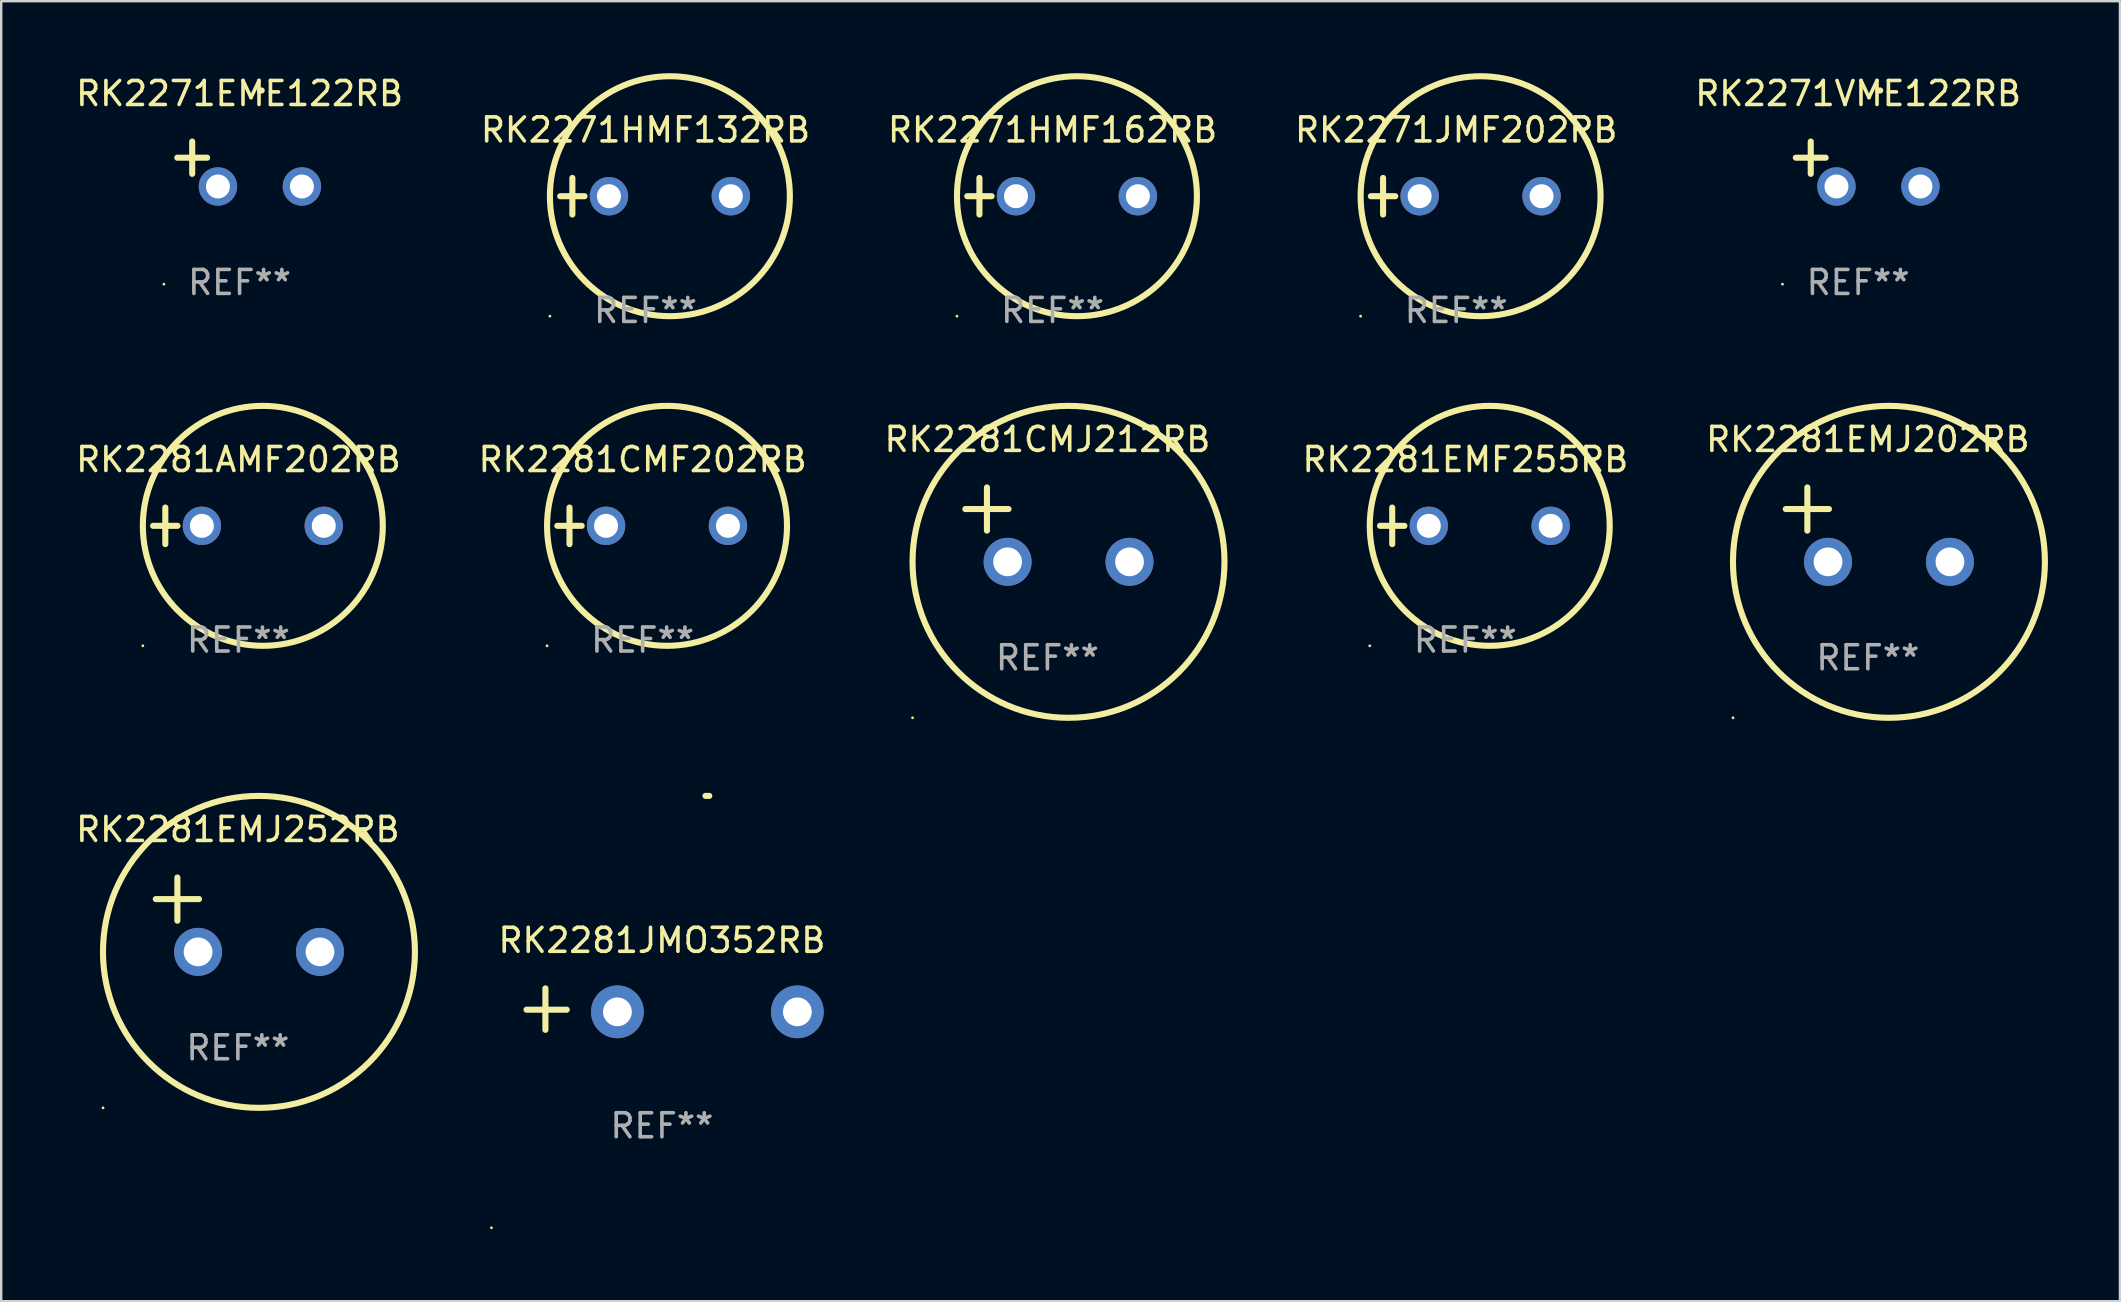
<source format=kicad_pcb>
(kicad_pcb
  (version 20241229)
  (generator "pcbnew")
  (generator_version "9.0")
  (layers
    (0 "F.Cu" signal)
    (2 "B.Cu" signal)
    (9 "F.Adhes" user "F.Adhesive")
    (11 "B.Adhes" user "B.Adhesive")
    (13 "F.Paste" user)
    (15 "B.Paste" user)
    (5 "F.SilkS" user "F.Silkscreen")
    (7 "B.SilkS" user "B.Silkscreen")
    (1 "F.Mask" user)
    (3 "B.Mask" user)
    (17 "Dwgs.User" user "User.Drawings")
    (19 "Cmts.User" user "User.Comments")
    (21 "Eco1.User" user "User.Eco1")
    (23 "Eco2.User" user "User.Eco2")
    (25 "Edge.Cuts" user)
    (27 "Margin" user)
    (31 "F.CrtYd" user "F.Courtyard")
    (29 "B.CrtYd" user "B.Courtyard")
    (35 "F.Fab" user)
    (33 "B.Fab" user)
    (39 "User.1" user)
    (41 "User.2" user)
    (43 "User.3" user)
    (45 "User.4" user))
  (footprint "RK2271HMF132RB"
    (layer "F.Cu")
    (at 23.851 5.127)
    (property "Reference" "RK2271HMF132RB" (at 0 -2.762 0) (layer "F.SilkS") (effects (font (size 1 1) (thickness 0.15))))
    (attr through_hole)
    (fp_line (start -3.556 0) (end -2.54 0) (stroke (width 0.254) (type solid)) (layer "F.SilkS"))
    (fp_line (start -3.048 -0.762) (end -3.048 0.762) (stroke (width 0.254) (type solid)) (layer "F.SilkS"))
    (fp_circle (center -3.984 5) (end -3.954 5) (stroke (width 0.06) (type solid)) (fill no) (layer "F.SilkS"))
    (fp_circle (center 1.016 0) (end 6.016 0) (stroke (width 0.254) (type solid)) (fill no) (layer "F.SilkS"))
    (fp_text user "REF**" (at 0 4.762 0) (layer "F.Fab") (effects (font (size 1 1) (thickness 0.15))))
    (pad "1" thru_hole circle (at -1.524 0) (size 1.6 1.6) (drill 1) (layers "*.Cu" "*.Mask"))
    (pad "2" thru_hole circle (at 3.556 0) (size 1.6 1.6) (drill 1) (layers "*.Cu" "*.Mask")))
  (footprint "RK2281CMJ212RB"
    (layer "F.Cu")
    (at 40.601 18.814)
    (property "Reference" "RK2281CMJ212RB" (at 0 -3.55 0) (layer "F.SilkS") (effects (font (size 1 1) (thickness 0.15))))
    (attr through_hole)
    (fp_line (start -3.421 -0.65) (end -1.621 -0.65) (stroke (width 0.254) (type solid)) (layer "F.SilkS"))
    (fp_line (start -2.521 -1.55) (end -2.521 0.25) (stroke (width 0.254) (type solid)) (layer "F.SilkS"))
    (fp_circle (center -5.619 8.05) (end -5.589 8.05) (stroke (width 0.06) (type solid)) (fill no) (layer "F.SilkS"))
    (fp_circle (center 0.879 1.55) (end 7.379 1.55) (stroke (width 0.254) (type solid)) (fill no) (layer "F.SilkS"))
    (fp_text user "REF**" (at 0 5.55 0) (layer "F.Fab") (effects (font (size 1 1) (thickness 0.15))))
    (pad "1" thru_hole circle (at -1.659 1.55) (size 2 2) (drill 1.2) (layers "*.Cu" "*.Mask"))
    (pad "2" thru_hole circle (at 3.421 1.55) (size 2 2) (drill 1.2) (layers "*.Cu" "*.Mask")))
  (footprint "RK2281EMJ252RB"
    (layer "F.Cu")
    (at 6.863 35.069)
    (property "Reference" "RK2281EMJ252RB" (at 0 -3.55 0) (layer "F.SilkS") (effects (font (size 1 1) (thickness 0.15))))
    (attr through_hole)
    (fp_line (start -3.421 -0.65) (end -1.621 -0.65) (stroke (width 0.254) (type solid)) (layer "F.SilkS"))
    (fp_line (start -2.521 -1.55) (end -2.521 0.25) (stroke (width 0.254) (type solid)) (layer "F.SilkS"))
    (fp_circle (center -5.619 8.05) (end -5.589 8.05) (stroke (width 0.06) (type solid)) (fill no) (layer "F.SilkS"))
    (fp_circle (center 0.879 1.55) (end 7.379 1.55) (stroke (width 0.254) (type solid)) (fill no) (layer "F.SilkS"))
    (fp_text user "REF**" (at 0 5.55 0) (layer "F.Fab") (effects (font (size 1 1) (thickness 0.15))))
    (pad "1" thru_hole circle (at -1.659 1.55) (size 2 2) (drill 1.2) (layers "*.Cu" "*.Mask"))
    (pad "2" thru_hole circle (at 3.421 1.55) (size 2 2) (drill 1.2) (layers "*.Cu" "*.Mask")))
  (footprint "RK2281JMO352RB"
    (layer "F.Cu")
    (at 24.536 39.004)
    (property "Reference" "RK2281JMO352RB" (at 0 -2.864 0) (layer "F.SilkS") (effects (font (size 1 1) (thickness 0.15))))
    (attr through_hole)
    (fp_line (start -4.856 0.864) (end -4.856 -0.864) (stroke (width 0.254) (type solid)) (layer "F.SilkS"))
    (fp_line (start -3.967 0.025) (end -5.644 0.025) (stroke (width 0.254) (type solid)) (layer "F.SilkS"))
    (fp_arc (start 1.815024 -8.885649) (mid 1.893764 -8.88599) (end 1.972504 -8.885649) (stroke (width 0.254001) (type solid)) (layer "F.SilkS"))
    (fp_circle (center -7.106 9.114) (end -7.076 9.114) (stroke (width 0.06) (type solid)) (fill no) (layer "F.SilkS"))
    (fp_text user "REF**" (at 0 4.864 0) (layer "F.Fab") (effects (font (size 1 1) (thickness 0.15))))
    (pad "1" thru_hole circle (at -1.856 0.114) (size 2.2 2.2) (drill 1.2) (layers "*.Cu" "*.Mask"))
    (pad "2" thru_hole circle (at 5.644 0.114) (size 2.2 2.2) (drill 1.2) (layers "*.Cu" "*.Mask")))
  (footprint "RK2271JMF202RB"
    (layer "F.Cu")
    (at 57.637 5.127)
    (property "Reference" "RK2271JMF202RB" (at 0 -2.762 0) (layer "F.SilkS") (effects (font (size 1 1) (thickness 0.15))))
    (attr through_hole)
    (fp_line (start -3.556 0) (end -2.54 0) (stroke (width 0.254) (type solid)) (layer "F.SilkS"))
    (fp_line (start -3.048 -0.762) (end -3.048 0.762) (stroke (width 0.254) (type solid)) (layer "F.SilkS"))
    (fp_circle (center -3.984 5) (end -3.954 5) (stroke (width 0.06) (type solid)) (fill no) (layer "F.SilkS"))
    (fp_circle (center 1.016 0) (end 6.016 0) (stroke (width 0.254) (type solid)) (fill no) (layer "F.SilkS"))
    (fp_text user "REF**" (at 0 4.762 0) (layer "F.Fab") (effects (font (size 1 1) (thickness 0.15))))
    (pad "1" thru_hole circle (at -1.524 0) (size 1.6 1.6) (drill 1) (layers "*.Cu" "*.Mask"))
    (pad "2" thru_hole circle (at 3.556 0) (size 1.6 1.6) (drill 1) (layers "*.Cu" "*.Mask")))
  (footprint "RK2271HMF162RB"
    (layer "F.Cu")
    (at 40.815 5.127)
    (property "Reference" "RK2271HMF162RB" (at 0 -2.762 0) (layer "F.SilkS") (effects (font (size 1 1) (thickness 0.15))))
    (attr through_hole)
    (fp_line (start -3.556 0) (end -2.54 0) (stroke (width 0.254) (type solid)) (layer "F.SilkS"))
    (fp_line (start -3.048 -0.762) (end -3.048 0.762) (stroke (width 0.254) (type solid)) (layer "F.SilkS"))
    (fp_circle (center -3.984 5) (end -3.954 5) (stroke (width 0.06) (type solid)) (fill no) (layer "F.SilkS"))
    (fp_circle (center 1.016 0) (end 6.016 0) (stroke (width 0.254) (type solid)) (fill no) (layer "F.SilkS"))
    (fp_text user "REF**" (at 0 4.762 0) (layer "F.Fab") (effects (font (size 1 1) (thickness 0.15))))
    (pad "1" thru_hole circle (at -1.524 0) (size 1.6 1.6) (drill 1) (layers "*.Cu" "*.Mask"))
    (pad "2" thru_hole circle (at 3.556 0) (size 1.6 1.6) (drill 1) (layers "*.Cu" "*.Mask")))
  (footprint "RK2281EMF255RB"
    (layer "F.Cu")
    (at 58.018 18.864)
    (property "Reference" "RK2281EMF255RB" (at 0 -2.762 0) (layer "F.SilkS") (effects (font (size 1 1) (thickness 0.15))))
    (attr through_hole)
    (fp_line (start -3.556 0) (end -2.54 0) (stroke (width 0.254) (type solid)) (layer "F.SilkS"))
    (fp_line (start -3.048 -0.762) (end -3.048 0.762) (stroke (width 0.254) (type solid)) (layer "F.SilkS"))
    (fp_circle (center -3.984 5) (end -3.954 5) (stroke (width 0.06) (type solid)) (fill no) (layer "F.SilkS"))
    (fp_circle (center 1.016 0) (end 6.016 0) (stroke (width 0.254) (type solid)) (fill no) (layer "F.SilkS"))
    (fp_text user "REF**" (at 0 4.762 0) (layer "F.Fab") (effects (font (size 1 1) (thickness 0.15))))
    (pad "1" thru_hole circle (at -1.524 0) (size 1.6 1.6) (drill 1) (layers "*.Cu" "*.Mask"))
    (pad "2" thru_hole circle (at 3.556 0) (size 1.6 1.6) (drill 1) (layers "*.Cu" "*.Mask")))
  (footprint "RK2271EME122RB"
    (layer "F.Cu")
    (at 6.935 3.785)
    (property "Reference" "RK2271EME122RB" (at 0 -2.937 0) (layer "F.SilkS") (effects (font (size 1 1) (thickness 0.15))))
    (attr through_hole)
    (fp_line (start -1.975 0.41) (end -1.975 -0.937) (stroke (width 0.254) (type solid)) (layer "F.SilkS"))
    (fp_line (start -1.353 -0.263) (end -2.597 -0.263) (stroke (width 0.254) (type solid)) (layer "F.SilkS"))
    (fp_arc (start 0.849809 -3.063957) (mid 0.885369 -3.064114) (end 0.920929 -3.063957) (stroke (width 0.254001) (type solid)) (layer "F.SilkS"))
    (fp_circle (center -3.154 5.008) (end -3.124 5.008) (stroke (width 0.06) (type solid)) (fill no) (layer "F.SilkS"))
    (fp_text user "REF**" (at 0 4.937 0) (layer "F.Fab") (effects (font (size 1 1) (thickness 0.15))))
    (pad "1" thru_hole circle (at -0.903 0.937) (size 1.6 1.6) (drill 1) (layers "*.Cu" "*.Mask"))
    (pad "2" thru_hole circle (at 2.597 0.937) (size 1.6 1.6) (drill 1) (layers "*.Cu" "*.Mask")))
  (footprint "RK2281CMF202RB"
    (layer "F.Cu")
    (at 23.732 18.864)
    (property "Reference" "RK2281CMF202RB" (at 0 -2.762 0) (layer "F.SilkS") (effects (font (size 1 1) (thickness 0.15))))
    (attr through_hole)
    (fp_line (start -3.556 0) (end -2.54 0) (stroke (width 0.254) (type solid)) (layer "F.SilkS"))
    (fp_line (start -3.048 -0.762) (end -3.048 0.762) (stroke (width 0.254) (type solid)) (layer "F.SilkS"))
    (fp_circle (center -3.984 5) (end -3.954 5) (stroke (width 0.06) (type solid)) (fill no) (layer "F.SilkS"))
    (fp_circle (center 1.016 0) (end 6.016 0) (stroke (width 0.254) (type solid)) (fill no) (layer "F.SilkS"))
    (fp_text user "REF**" (at 0 4.762 0) (layer "F.Fab") (effects (font (size 1 1) (thickness 0.15))))
    (pad "1" thru_hole circle (at -1.524 0) (size 1.6 1.6) (drill 1) (layers "*.Cu" "*.Mask"))
    (pad "2" thru_hole circle (at 3.556 0) (size 1.6 1.6) (drill 1) (layers "*.Cu" "*.Mask")))
  (footprint "RK2281EMJ202RB"
    (layer "F.Cu")
    (at 74.792 18.814)
    (property "Reference" "RK2281EMJ202RB" (at 0 -3.55 0) (layer "F.SilkS") (effects (font (size 1 1) (thickness 0.15))))
    (attr through_hole)
    (fp_line (start -3.421 -0.65) (end -1.621 -0.65) (stroke (width 0.254) (type solid)) (layer "F.SilkS"))
    (fp_line (start -2.521 -1.55) (end -2.521 0.25) (stroke (width 0.254) (type solid)) (layer "F.SilkS"))
    (fp_circle (center -5.619 8.05) (end -5.589 8.05) (stroke (width 0.06) (type solid)) (fill no) (layer "F.SilkS"))
    (fp_circle (center 0.879 1.55) (end 7.379 1.55) (stroke (width 0.254) (type solid)) (fill no) (layer "F.SilkS"))
    (fp_text user "REF**" (at 0 5.55 0) (layer "F.Fab") (effects (font (size 1 1) (thickness 0.15))))
    (pad "1" thru_hole circle (at -1.659 1.55) (size 2 2) (drill 1.2) (layers "*.Cu" "*.Mask"))
    (pad "2" thru_hole circle (at 3.421 1.55) (size 2 2) (drill 1.2) (layers "*.Cu" "*.Mask")))
  (footprint "RK2281AMF202RB"
    (layer "F.Cu")
    (at 6.887 18.864)
    (property "Reference" "RK2281AMF202RB" (at 0 -2.762 0) (layer "F.SilkS") (effects (font (size 1 1) (thickness 0.15))))
    (attr through_hole)
    (fp_line (start -3.556 0) (end -2.54 0) (stroke (width 0.254) (type solid)) (layer "F.SilkS"))
    (fp_line (start -3.048 -0.762) (end -3.048 0.762) (stroke (width 0.254) (type solid)) (layer "F.SilkS"))
    (fp_circle (center -3.984 5) (end -3.954 5) (stroke (width 0.06) (type solid)) (fill no) (layer "F.SilkS"))
    (fp_circle (center 1.016 0) (end 6.016 0) (stroke (width 0.254) (type solid)) (fill no) (layer "F.SilkS"))
    (fp_text user "REF**" (at 0 4.762 0) (layer "F.Fab") (effects (font (size 1 1) (thickness 0.15))))
    (pad "1" thru_hole circle (at -1.524 0) (size 1.6 1.6) (drill 1) (layers "*.Cu" "*.Mask"))
    (pad "2" thru_hole circle (at 3.556 0) (size 1.6 1.6) (drill 1) (layers "*.Cu" "*.Mask")))
  (footprint "RK2271VME122RB"
    (layer "F.Cu")
    (at 74.387 3.785)
    (property "Reference" "RK2271VME122RB" (at 0 -2.937 0) (layer "F.SilkS") (effects (font (size 1 1) (thickness 0.15))))
    (attr through_hole)
    (fp_line (start -1.975 0.41) (end -1.975 -0.937) (stroke (width 0.254) (type solid)) (layer "F.SilkS"))
    (fp_line (start -1.353 -0.263) (end -2.597 -0.263) (stroke (width 0.254) (type solid)) (layer "F.SilkS"))
    (fp_arc (start 0.849809 -3.063957) (mid 0.885369 -3.064114) (end 0.920929 -3.063957) (stroke (width 0.254001) (type solid)) (layer "F.SilkS"))
    (fp_circle (center -3.154 5.008) (end -3.124 5.008) (stroke (width 0.06) (type solid)) (fill no) (layer "F.SilkS"))
    (fp_text user "REF**" (at 0 4.937 0) (layer "F.Fab") (effects (font (size 1 1) (thickness 0.15))))
    (pad "1" thru_hole circle (at -0.903 0.937) (size 1.6 1.6) (drill 1) (layers "*.Cu" "*.Mask"))
    (pad "2" thru_hole circle (at 2.597 0.937) (size 1.6 1.6) (drill 1) (layers "*.Cu" "*.Mask")))
  (gr_rect
    (start -3 -3)
    (end 85.299 51.178)
    (stroke (width 0.1) (type default))
    (fill no)
    (layer "Edge.Cuts")))
</source>
